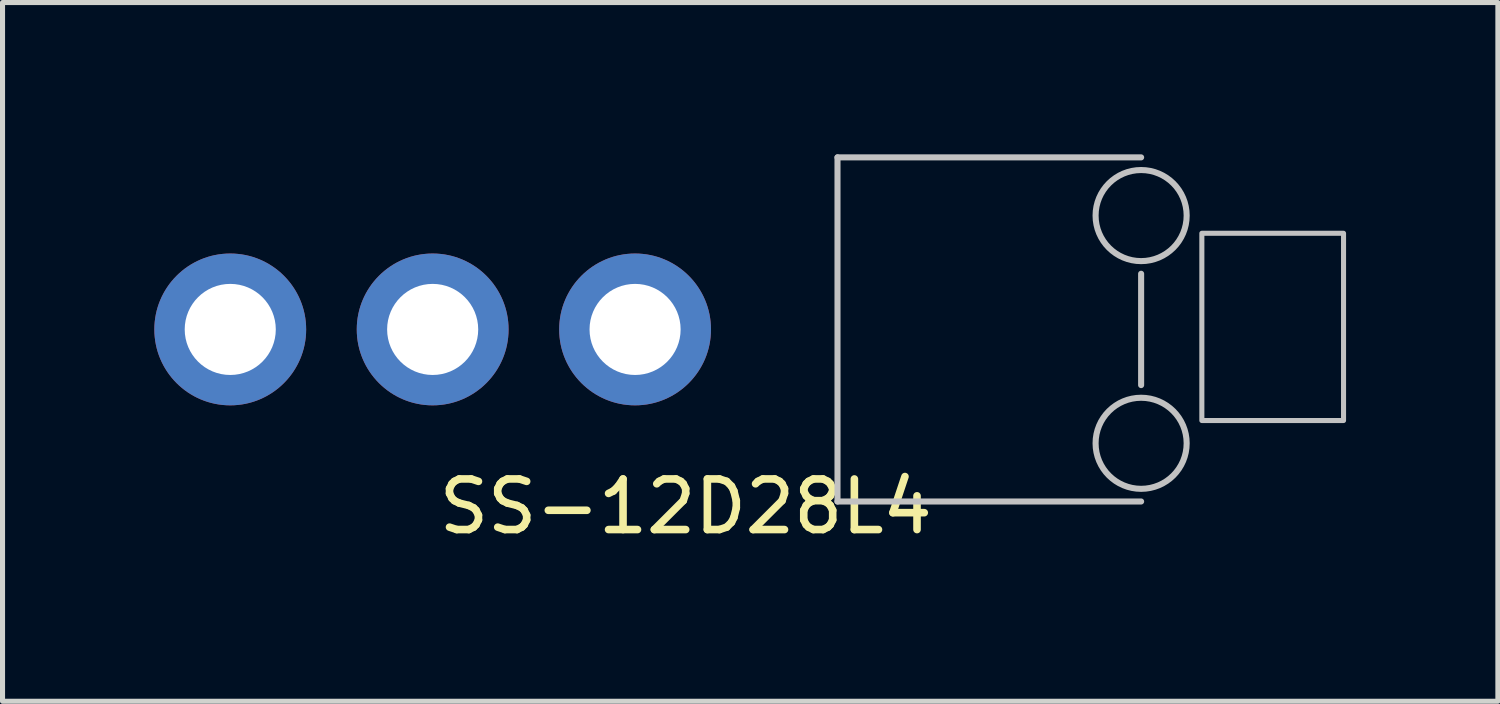
<source format=kicad_pcb>
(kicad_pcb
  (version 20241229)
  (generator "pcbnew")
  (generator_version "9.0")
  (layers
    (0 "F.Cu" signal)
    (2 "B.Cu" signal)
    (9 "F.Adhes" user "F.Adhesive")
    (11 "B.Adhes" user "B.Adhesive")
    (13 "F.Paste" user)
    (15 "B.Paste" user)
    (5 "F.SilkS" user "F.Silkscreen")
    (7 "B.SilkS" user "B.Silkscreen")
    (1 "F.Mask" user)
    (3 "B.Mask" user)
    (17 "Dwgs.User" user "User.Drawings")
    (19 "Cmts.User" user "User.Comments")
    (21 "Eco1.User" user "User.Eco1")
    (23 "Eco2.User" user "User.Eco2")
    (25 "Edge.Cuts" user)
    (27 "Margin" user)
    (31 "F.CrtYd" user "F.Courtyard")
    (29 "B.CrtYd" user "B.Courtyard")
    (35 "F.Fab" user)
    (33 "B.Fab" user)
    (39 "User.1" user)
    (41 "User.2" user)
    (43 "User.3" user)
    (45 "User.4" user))
  (footprint "SS-12D28L4"
    (layer "F.Cu")
    (at 10.5 3.46)
    (property "Reference" "SS-12D28L4" (at 0 3.5 0) (layer "F.SilkS") (effects (font (size 1 1) (thickness 0.15))))
    (attr through_hole)
    (fp_line (start 3 -3.4) (end 3 3.4) (stroke (width 0.12) (type solid)) (layer "Dwgs.User"))
    (fp_line (start 3 3.4) (end 9 3.4) (stroke (width 0.12) (type solid)) (layer "Dwgs.User"))
    (fp_line (start 9 -3.4) (end 3 -3.4) (stroke (width 0.12) (type solid)) (layer "Dwgs.User"))
    (fp_line (start 9 -1.1) (end 9 1.1) (stroke (width 0.12) (type solid)) (layer "Dwgs.User"))
    (fp_circle (center 9 -2.25) (end 9.9 -2.25) (stroke (width 0.12) (type solid)) (fill no) (layer "Dwgs.User"))
    (fp_circle (center 9 2.25) (end 9.9 2.25) (stroke (width 0.12) (type solid)) (fill no) (layer "Dwgs.User"))
    (fp_poly (pts (xy 13 1.8) (xy 10.2 1.8) (xy 10.2 -1.9) (xy 13 -1.9)) (stroke (width 0.1) (type solid)) (fill no) (layer "Dwgs.User"))
    (pad "1" thru_hole circle (at -1 0) (size 3 3) (drill 1.8) (layers "*.Cu" "*.Mask"))
    (pad "2" thru_hole circle (at -5 0) (size 3 3) (drill 1.8) (layers "*.Cu" "*.Mask"))
    (pad "3" thru_hole circle (at -9 0) (size 3 3) (drill 1.8) (layers "*.Cu" "*.Mask")))
  (gr_rect
    (start -3 -3)
    (end 26.55 10.808)
    (stroke (width 0.1) (type default))
    (fill no)
    (layer "Edge.Cuts")))
</source>
